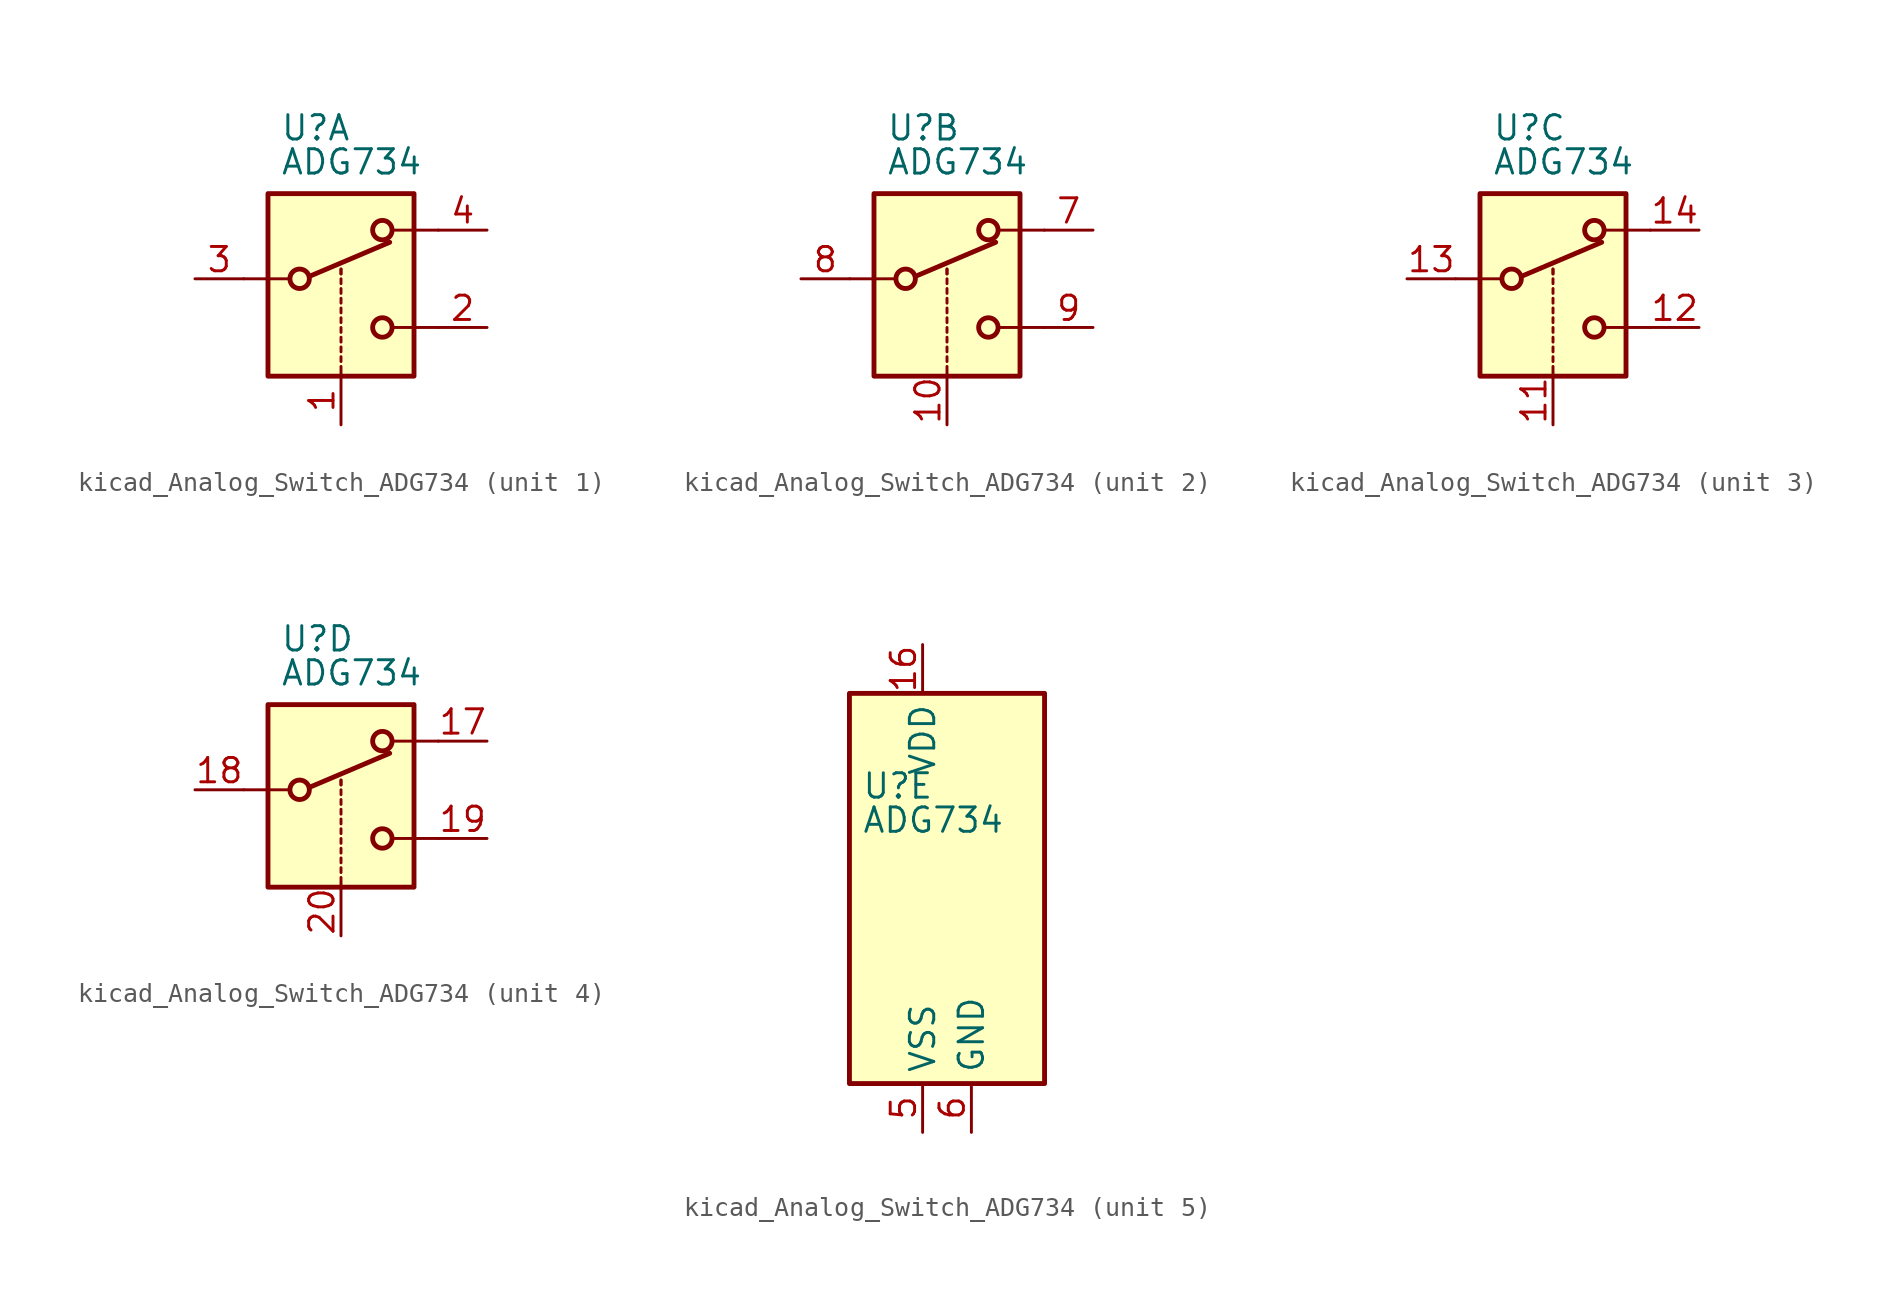
<source format=kicad_sym>
(kicad_symbol_lib
  (version 20220914)
  (generator kicad_symbol_editor)
  (symbol "kicad_Analog_Switch_ADG734"
    (property "Reference" "U"
      (at -3.175 5.334 0)
      (effects (font (size 1.27 1.27)) (justify left)))
    (property "Value" "ADG734"
      (at -3.175 3.556 0)
      (effects (font (size 1.27 1.27)) (justify left)))
    (symbol "kicad_Analog_Switch_ADG734_1_1"
      (rectangle (start -3.81 1.905) (end 3.81 -7.62) (stroke (width 0.254) (type default)) (fill (type background)))
      (circle (center -2.159 -2.54) (radius 0.508) (stroke (width 0.254) (type default)) (fill (type none)))
      (polyline (pts (xy -5.08 -2.54) (xy -2.794 -2.54)) (stroke (width 0) (type default)) (fill (type none)))
      (polyline (pts (xy -1.651 -2.413) (xy 2.54 -0.635)) (stroke (width 0.254) (type default)) (fill (type none)))
      (polyline (pts (xy 0 -7.62) (xy 0 -7.112)) (stroke (width 0) (type default)) (fill (type none)))
      (polyline (pts (xy 0 -6.858) (xy 0 -6.604)) (stroke (width 0) (type default)) (fill (type none)))
      (polyline (pts (xy 0 -6.35) (xy 0 -6.096)) (stroke (width 0) (type default)) (fill (type none)))
      (polyline (pts (xy 0 -5.842) (xy 0 -5.588)) (stroke (width 0) (type default)) (fill (type none)))
      (polyline (pts (xy 0 -5.334) (xy 0 -5.08)) (stroke (width 0) (type default)) (fill (type none)))
      (polyline (pts (xy 0 -4.826) (xy 0 -4.572)) (stroke (width 0) (type default)) (fill (type none)))
      (polyline (pts (xy 0 -4.318) (xy 0 -4.064)) (stroke (width 0) (type default)) (fill (type none)))
      (polyline (pts (xy 0 -3.81) (xy 0 -3.556)) (stroke (width 0) (type default)) (fill (type none)))
      (polyline (pts (xy 0 -3.302) (xy 0 -3.048)) (stroke (width 0) (type default)) (fill (type none)))
      (polyline (pts (xy 0 -2.794) (xy 0 -2.54)) (stroke (width 0) (type default)) (fill (type none)))
      (polyline (pts (xy 0 -2.286) (xy 0 -2.032)) (stroke (width 0) (type default)) (fill (type none)))
      (polyline (pts (xy 0 -2.286) (xy 0 -2.032)) (stroke (width 0) (type default)) (fill (type none)))
      (polyline (pts (xy 5.08 -5.08) (xy 2.794 -5.08)) (stroke (width 0) (type default)) (fill (type none)))
      (polyline (pts (xy 5.08 0) (xy 2.794 0)) (stroke (width 0) (type default)) (fill (type none)))
      (circle (center 2.159 -5.08) (radius 0.508) (stroke (width 0.254) (type default)) (fill (type none)))
      (circle (center 2.159 0) (radius 0.508) (stroke (width 0.254) (type default)) (fill (type none)))
      (pin input line (at 0 -10.16 90) (length 2.54) (name "~" (effects (font (size 1.27 1.27)))) (number "1" (effects (font (size 1.27 1.27)))))
      (pin passive line (at 7.62 -5.08 180) (length 2.54) (name "~" (effects (font (size 1.27 1.27)))) (number "2" (effects (font (size 1.27 1.27)))))
      (pin passive line (at -7.62 -2.54 0) (length 2.54) (name "~" (effects (font (size 1.27 1.27)))) (number "3" (effects (font (size 1.27 1.27)))))
      (pin passive line (at 7.62 0 180) (length 2.54) (name "~" (effects (font (size 1.27 1.27)))) (number "4" (effects (font (size 1.27 1.27))))))
    (symbol "kicad_Analog_Switch_ADG734_2_1"
      (rectangle (start -3.81 1.905) (end 3.81 -7.62) (stroke (width 0.254) (type default)) (fill (type background)))
      (circle (center -2.159 -2.54) (radius 0.508) (stroke (width 0.254) (type default)) (fill (type none)))
      (polyline (pts (xy -5.08 -2.54) (xy -2.794 -2.54)) (stroke (width 0) (type default)) (fill (type none)))
      (polyline (pts (xy -1.651 -2.413) (xy 2.54 -0.635)) (stroke (width 0.254) (type default)) (fill (type none)))
      (polyline (pts (xy 0 -7.62) (xy 0 -7.112)) (stroke (width 0) (type default)) (fill (type none)))
      (polyline (pts (xy 0 -6.858) (xy 0 -6.604)) (stroke (width 0) (type default)) (fill (type none)))
      (polyline (pts (xy 0 -6.35) (xy 0 -6.096)) (stroke (width 0) (type default)) (fill (type none)))
      (polyline (pts (xy 0 -5.842) (xy 0 -5.588)) (stroke (width 0) (type default)) (fill (type none)))
      (polyline (pts (xy 0 -5.334) (xy 0 -5.08)) (stroke (width 0) (type default)) (fill (type none)))
      (polyline (pts (xy 0 -4.826) (xy 0 -4.572)) (stroke (width 0) (type default)) (fill (type none)))
      (polyline (pts (xy 0 -4.318) (xy 0 -4.064)) (stroke (width 0) (type default)) (fill (type none)))
      (polyline (pts (xy 0 -3.81) (xy 0 -3.556)) (stroke (width 0) (type default)) (fill (type none)))
      (polyline (pts (xy 0 -3.302) (xy 0 -3.048)) (stroke (width 0) (type default)) (fill (type none)))
      (polyline (pts (xy 0 -2.794) (xy 0 -2.54)) (stroke (width 0) (type default)) (fill (type none)))
      (polyline (pts (xy 0 -2.286) (xy 0 -2.032)) (stroke (width 0) (type default)) (fill (type none)))
      (polyline (pts (xy 0 -2.286) (xy 0 -2.032)) (stroke (width 0) (type default)) (fill (type none)))
      (polyline (pts (xy 5.08 -5.08) (xy 2.794 -5.08)) (stroke (width 0) (type default)) (fill (type none)))
      (polyline (pts (xy 5.08 0) (xy 2.794 0)) (stroke (width 0) (type default)) (fill (type none)))
      (circle (center 2.159 -5.08) (radius 0.508) (stroke (width 0.254) (type default)) (fill (type none)))
      (circle (center 2.159 0) (radius 0.508) (stroke (width 0.254) (type default)) (fill (type none)))
      (pin input line (at 0 -10.16 90) (length 2.54) (name "~" (effects (font (size 1.27 1.27)))) (number "10" (effects (font (size 1.27 1.27)))))
      (pin passive line (at 7.62 0 180) (length 2.54) (name "~" (effects (font (size 1.27 1.27)))) (number "7" (effects (font (size 1.27 1.27)))))
      (pin passive line (at -7.62 -2.54 0) (length 2.54) (name "~" (effects (font (size 1.27 1.27)))) (number "8" (effects (font (size 1.27 1.27)))))
      (pin passive line (at 7.62 -5.08 180) (length 2.54) (name "~" (effects (font (size 1.27 1.27)))) (number "9" (effects (font (size 1.27 1.27))))))
    (symbol "kicad_Analog_Switch_ADG734_3_1"
      (rectangle (start -3.81 1.905) (end 3.81 -7.62) (stroke (width 0.254) (type default)) (fill (type background)))
      (circle (center -2.159 -2.54) (radius 0.508) (stroke (width 0.254) (type default)) (fill (type none)))
      (polyline (pts (xy -5.08 -2.54) (xy -2.794 -2.54)) (stroke (width 0) (type default)) (fill (type none)))
      (polyline (pts (xy -1.651 -2.413) (xy 2.54 -0.635)) (stroke (width 0.254) (type default)) (fill (type none)))
      (polyline (pts (xy 0 -7.62) (xy 0 -7.112)) (stroke (width 0) (type default)) (fill (type none)))
      (polyline (pts (xy 0 -6.858) (xy 0 -6.604)) (stroke (width 0) (type default)) (fill (type none)))
      (polyline (pts (xy 0 -6.35) (xy 0 -6.096)) (stroke (width 0) (type default)) (fill (type none)))
      (polyline (pts (xy 0 -5.842) (xy 0 -5.588)) (stroke (width 0) (type default)) (fill (type none)))
      (polyline (pts (xy 0 -5.334) (xy 0 -5.08)) (stroke (width 0) (type default)) (fill (type none)))
      (polyline (pts (xy 0 -4.826) (xy 0 -4.572)) (stroke (width 0) (type default)) (fill (type none)))
      (polyline (pts (xy 0 -4.318) (xy 0 -4.064)) (stroke (width 0) (type default)) (fill (type none)))
      (polyline (pts (xy 0 -3.81) (xy 0 -3.556)) (stroke (width 0) (type default)) (fill (type none)))
      (polyline (pts (xy 0 -3.302) (xy 0 -3.048)) (stroke (width 0) (type default)) (fill (type none)))
      (polyline (pts (xy 0 -2.794) (xy 0 -2.54)) (stroke (width 0) (type default)) (fill (type none)))
      (polyline (pts (xy 0 -2.286) (xy 0 -2.032)) (stroke (width 0) (type default)) (fill (type none)))
      (polyline (pts (xy 0 -2.286) (xy 0 -2.032)) (stroke (width 0) (type default)) (fill (type none)))
      (polyline (pts (xy 5.08 -5.08) (xy 2.794 -5.08)) (stroke (width 0) (type default)) (fill (type none)))
      (polyline (pts (xy 5.08 0) (xy 2.794 0)) (stroke (width 0) (type default)) (fill (type none)))
      (circle (center 2.159 -5.08) (radius 0.508) (stroke (width 0.254) (type default)) (fill (type none)))
      (circle (center 2.159 0) (radius 0.508) (stroke (width 0.254) (type default)) (fill (type none)))
      (pin input line (at 0 -10.16 90) (length 2.54) (name "~" (effects (font (size 1.27 1.27)))) (number "11" (effects (font (size 1.27 1.27)))))
      (pin passive line (at 7.62 -5.08 180) (length 2.54) (name "~" (effects (font (size 1.27 1.27)))) (number "12" (effects (font (size 1.27 1.27)))))
      (pin passive line (at -7.62 -2.54 0) (length 2.54) (name "~" (effects (font (size 1.27 1.27)))) (number "13" (effects (font (size 1.27 1.27)))))
      (pin passive line (at 7.62 0 180) (length 2.54) (name "~" (effects (font (size 1.27 1.27)))) (number "14" (effects (font (size 1.27 1.27))))))
    (symbol "kicad_Analog_Switch_ADG734_4_1"
      (rectangle (start -3.81 1.905) (end 3.81 -7.62) (stroke (width 0.254) (type default)) (fill (type background)))
      (circle (center -2.159 -2.54) (radius 0.508) (stroke (width 0.254) (type default)) (fill (type none)))
      (polyline (pts (xy -5.08 -2.54) (xy -2.794 -2.54)) (stroke (width 0) (type default)) (fill (type none)))
      (polyline (pts (xy -1.651 -2.413) (xy 2.54 -0.635)) (stroke (width 0.254) (type default)) (fill (type none)))
      (polyline (pts (xy 0 -7.62) (xy 0 -7.112)) (stroke (width 0) (type default)) (fill (type none)))
      (polyline (pts (xy 0 -6.858) (xy 0 -6.604)) (stroke (width 0) (type default)) (fill (type none)))
      (polyline (pts (xy 0 -6.35) (xy 0 -6.096)) (stroke (width 0) (type default)) (fill (type none)))
      (polyline (pts (xy 0 -5.842) (xy 0 -5.588)) (stroke (width 0) (type default)) (fill (type none)))
      (polyline (pts (xy 0 -5.334) (xy 0 -5.08)) (stroke (width 0) (type default)) (fill (type none)))
      (polyline (pts (xy 0 -4.826) (xy 0 -4.572)) (stroke (width 0) (type default)) (fill (type none)))
      (polyline (pts (xy 0 -4.318) (xy 0 -4.064)) (stroke (width 0) (type default)) (fill (type none)))
      (polyline (pts (xy 0 -3.81) (xy 0 -3.556)) (stroke (width 0) (type default)) (fill (type none)))
      (polyline (pts (xy 0 -3.302) (xy 0 -3.048)) (stroke (width 0) (type default)) (fill (type none)))
      (polyline (pts (xy 0 -2.794) (xy 0 -2.54)) (stroke (width 0) (type default)) (fill (type none)))
      (polyline (pts (xy 0 -2.286) (xy 0 -2.032)) (stroke (width 0) (type default)) (fill (type none)))
      (polyline (pts (xy 0 -2.286) (xy 0 -2.032)) (stroke (width 0) (type default)) (fill (type none)))
      (polyline (pts (xy 5.08 -5.08) (xy 2.794 -5.08)) (stroke (width 0) (type default)) (fill (type none)))
      (polyline (pts (xy 5.08 0) (xy 2.794 0)) (stroke (width 0) (type default)) (fill (type none)))
      (circle (center 2.159 -5.08) (radius 0.508) (stroke (width 0.254) (type default)) (fill (type none)))
      (circle (center 2.159 0) (radius 0.508) (stroke (width 0.254) (type default)) (fill (type none)))
      (pin passive line (at 7.62 0 180) (length 2.54) (name "~" (effects (font (size 1.27 1.27)))) (number "17" (effects (font (size 1.27 1.27)))))
      (pin passive line (at -7.62 -2.54 0) (length 2.54) (name "~" (effects (font (size 1.27 1.27)))) (number "18" (effects (font (size 1.27 1.27)))))
      (pin passive line (at 7.62 -5.08 180) (length 2.54) (name "~" (effects (font (size 1.27 1.27)))) (number "19" (effects (font (size 1.27 1.27)))))
      (pin input line (at 0 -10.16 90) (length 2.54) (name "~" (effects (font (size 1.27 1.27)))) (number "20" (effects (font (size 1.27 1.27))))))
    (symbol "kicad_Analog_Switch_ADG734_5_0"
      (pin no_connect line (at 2.54 10.16 270) (length 2.54) hide (name "NC" (effects (font (size 1.27 1.27)))) (number "15" (effects (font (size 1.27 1.27)))))
      (pin power_in line (at 0 12.7 270) (length 2.54) (name "VDD" (effects (font (size 1.27 1.27)))) (number "16" (effects (font (size 1.27 1.27)))))
      (pin power_in line (at 0 -12.7 90) (length 2.54) (name "VSS" (effects (font (size 1.27 1.27)))) (number "5" (effects (font (size 1.27 1.27)))))
      (pin power_in line (at 2.54 -12.7 90) (length 2.54) (name "GND" (effects (font (size 1.27 1.27)))) (number "6" (effects (font (size 1.27 1.27))))))
    (symbol "kicad_Analog_Switch_ADG734_5_1"
      (rectangle (start -3.81 10.16) (end 6.35 -10.16) (stroke (width 0.254) (type default)) (fill (type background))))))
</source>
